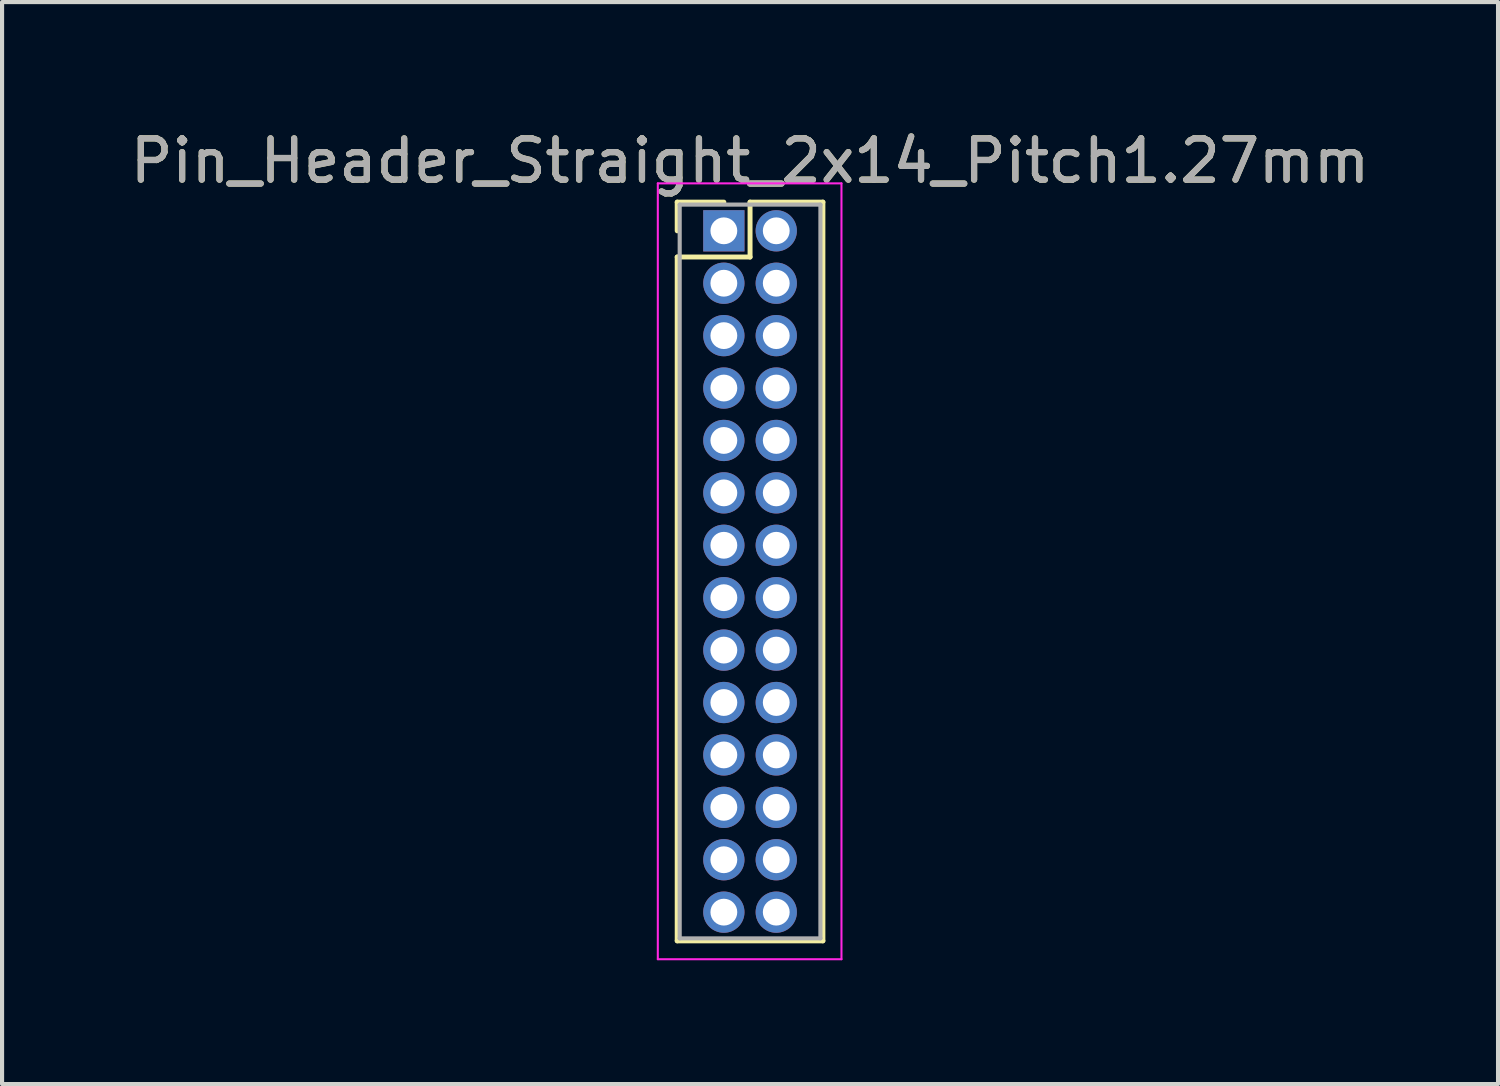
<source format=kicad_pcb>
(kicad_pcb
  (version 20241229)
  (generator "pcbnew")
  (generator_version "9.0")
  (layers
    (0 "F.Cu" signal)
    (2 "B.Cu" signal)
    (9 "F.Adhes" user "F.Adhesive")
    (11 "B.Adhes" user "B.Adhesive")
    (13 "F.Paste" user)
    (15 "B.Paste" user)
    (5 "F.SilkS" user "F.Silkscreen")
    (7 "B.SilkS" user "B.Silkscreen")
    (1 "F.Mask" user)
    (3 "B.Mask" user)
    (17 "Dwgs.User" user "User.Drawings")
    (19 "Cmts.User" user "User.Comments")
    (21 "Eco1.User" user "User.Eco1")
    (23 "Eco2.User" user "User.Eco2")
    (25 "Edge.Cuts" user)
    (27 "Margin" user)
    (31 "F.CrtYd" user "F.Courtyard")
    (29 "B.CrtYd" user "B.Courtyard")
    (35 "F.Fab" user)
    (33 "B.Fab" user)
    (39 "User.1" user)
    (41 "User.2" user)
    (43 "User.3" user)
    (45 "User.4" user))
  (footprint "Pin_Header_Straight_2x14_Pitch1.27mm"
    (layer "F.Cu")
    (at 14.49 2.543)
    (property "Reference" "Pin_Header_Straight_2x14_Pitch1.27mm" (at 0.635 -1.695 0) (layer "F.SilkS") (effects (font (size 1 1) (thickness 0.15))))
    (attr through_hole)
    (fp_line (start -1.13 -0.695) (end 0 -0.695) (stroke (width 0.12) (type solid)) (layer "F.SilkS"))
    (fp_line (start -1.13 0) (end -1.13 -0.695) (stroke (width 0.12) (type solid)) (layer "F.SilkS"))
    (fp_line (start -1.13 0.635) (end -1.13 17.205) (stroke (width 0.12) (type solid)) (layer "F.SilkS"))
    (fp_line (start -1.13 17.205) (end 2.4 17.205) (stroke (width 0.12) (type solid)) (layer "F.SilkS"))
    (fp_line (start 0.635 -0.695) (end 0.635 0.635) (stroke (width 0.12) (type solid)) (layer "F.SilkS"))
    (fp_line (start 0.635 0.635) (end -1.13 0.635) (stroke (width 0.12) (type solid)) (layer "F.SilkS"))
    (fp_line (start 2.4 -0.695) (end 0.635 -0.695) (stroke (width 0.12) (type solid)) (layer "F.SilkS"))
    (fp_line (start 2.4 17.205) (end 2.4 -0.695) (stroke (width 0.12) (type solid)) (layer "F.SilkS"))
    (fp_line (start -1.6 -1.15) (end -1.6 17.65) (stroke (width 0.05) (type solid)) (layer "F.CrtYd"))
    (fp_line (start -1.6 17.65) (end 2.85 17.65) (stroke (width 0.05) (type solid)) (layer "F.CrtYd"))
    (fp_line (start 2.85 -1.15) (end -1.6 -1.15) (stroke (width 0.05) (type solid)) (layer "F.CrtYd"))
    (fp_line (start 2.85 17.65) (end 2.85 -1.15) (stroke (width 0.05) (type solid)) (layer "F.CrtYd"))
    (fp_line (start -1.07 -0.635) (end -1.07 17.145) (stroke (width 0.1) (type solid)) (layer "F.Fab"))
    (fp_line (start -1.07 17.145) (end 2.34 17.145) (stroke (width 0.1) (type solid)) (layer "F.Fab"))
    (fp_line (start 2.34 -0.635) (end -1.07 -0.635) (stroke (width 0.1) (type solid)) (layer "F.Fab"))
    (fp_line (start 2.34 17.145) (end 2.34 -0.635) (stroke (width 0.1) (type solid)) (layer "F.Fab"))
    (fp_text user "${REFERENCE}" (at 0.635 -1.695 0) (layer "F.Fab") (effects (font (size 1 1) (thickness 0.15))))
    (pad "1" thru_hole rect (at 0 0) (size 1 1) (drill 0.65) (layers "*.Cu" "*.Mask"))
    (pad "2" thru_hole oval (at 1.27 0) (size 1 1) (drill 0.65) (layers "*.Cu" "*.Mask"))
    (pad "3" thru_hole oval (at 0 1.27) (size 1 1) (drill 0.65) (layers "*.Cu" "*.Mask"))
    (pad "4" thru_hole oval (at 1.27 1.27) (size 1 1) (drill 0.65) (layers "*.Cu" "*.Mask"))
    (pad "5" thru_hole oval (at 0 2.54) (size 1 1) (drill 0.65) (layers "*.Cu" "*.Mask"))
    (pad "6" thru_hole oval (at 1.27 2.54) (size 1 1) (drill 0.65) (layers "*.Cu" "*.Mask"))
    (pad "7" thru_hole oval (at 0 3.81) (size 1 1) (drill 0.65) (layers "*.Cu" "*.Mask"))
    (pad "8" thru_hole oval (at 1.27 3.81) (size 1 1) (drill 0.65) (layers "*.Cu" "*.Mask"))
    (pad "9" thru_hole oval (at 0 5.08) (size 1 1) (drill 0.65) (layers "*.Cu" "*.Mask"))
    (pad "10" thru_hole oval (at 1.27 5.08) (size 1 1) (drill 0.65) (layers "*.Cu" "*.Mask"))
    (pad "11" thru_hole oval (at 0 6.35) (size 1 1) (drill 0.65) (layers "*.Cu" "*.Mask"))
    (pad "12" thru_hole oval (at 1.27 6.35) (size 1 1) (drill 0.65) (layers "*.Cu" "*.Mask"))
    (pad "13" thru_hole oval (at 0 7.62) (size 1 1) (drill 0.65) (layers "*.Cu" "*.Mask"))
    (pad "14" thru_hole oval (at 1.27 7.62) (size 1 1) (drill 0.65) (layers "*.Cu" "*.Mask"))
    (pad "15" thru_hole oval (at 0 8.89) (size 1 1) (drill 0.65) (layers "*.Cu" "*.Mask"))
    (pad "16" thru_hole oval (at 1.27 8.89) (size 1 1) (drill 0.65) (layers "*.Cu" "*.Mask"))
    (pad "17" thru_hole oval (at 0 10.16) (size 1 1) (drill 0.65) (layers "*.Cu" "*.Mask"))
    (pad "18" thru_hole oval (at 1.27 10.16) (size 1 1) (drill 0.65) (layers "*.Cu" "*.Mask"))
    (pad "19" thru_hole oval (at 0 11.43) (size 1 1) (drill 0.65) (layers "*.Cu" "*.Mask"))
    (pad "20" thru_hole oval (at 1.27 11.43) (size 1 1) (drill 0.65) (layers "*.Cu" "*.Mask"))
    (pad "21" thru_hole oval (at 0 12.7) (size 1 1) (drill 0.65) (layers "*.Cu" "*.Mask"))
    (pad "22" thru_hole oval (at 1.27 12.7) (size 1 1) (drill 0.65) (layers "*.Cu" "*.Mask"))
    (pad "23" thru_hole oval (at 0 13.97) (size 1 1) (drill 0.65) (layers "*.Cu" "*.Mask"))
    (pad "24" thru_hole oval (at 1.27 13.97) (size 1 1) (drill 0.65) (layers "*.Cu" "*.Mask"))
    (pad "25" thru_hole oval (at 0 15.24) (size 1 1) (drill 0.65) (layers "*.Cu" "*.Mask"))
    (pad "26" thru_hole oval (at 1.27 15.24) (size 1 1) (drill 0.65) (layers "*.Cu" "*.Mask"))
    (pad "27" thru_hole oval (at 0 16.51) (size 1 1) (drill 0.65) (layers "*.Cu" "*.Mask"))
    (pad "28" thru_hole oval (at 1.27 16.51) (size 1 1) (drill 0.65) (layers "*.Cu" "*.Mask")))
  (gr_rect
    (start -3 -3)
    (end 33.25 23.218)
    (stroke (width 0.1) (type default))
    (fill no)
    (layer "Edge.Cuts")))
</source>
